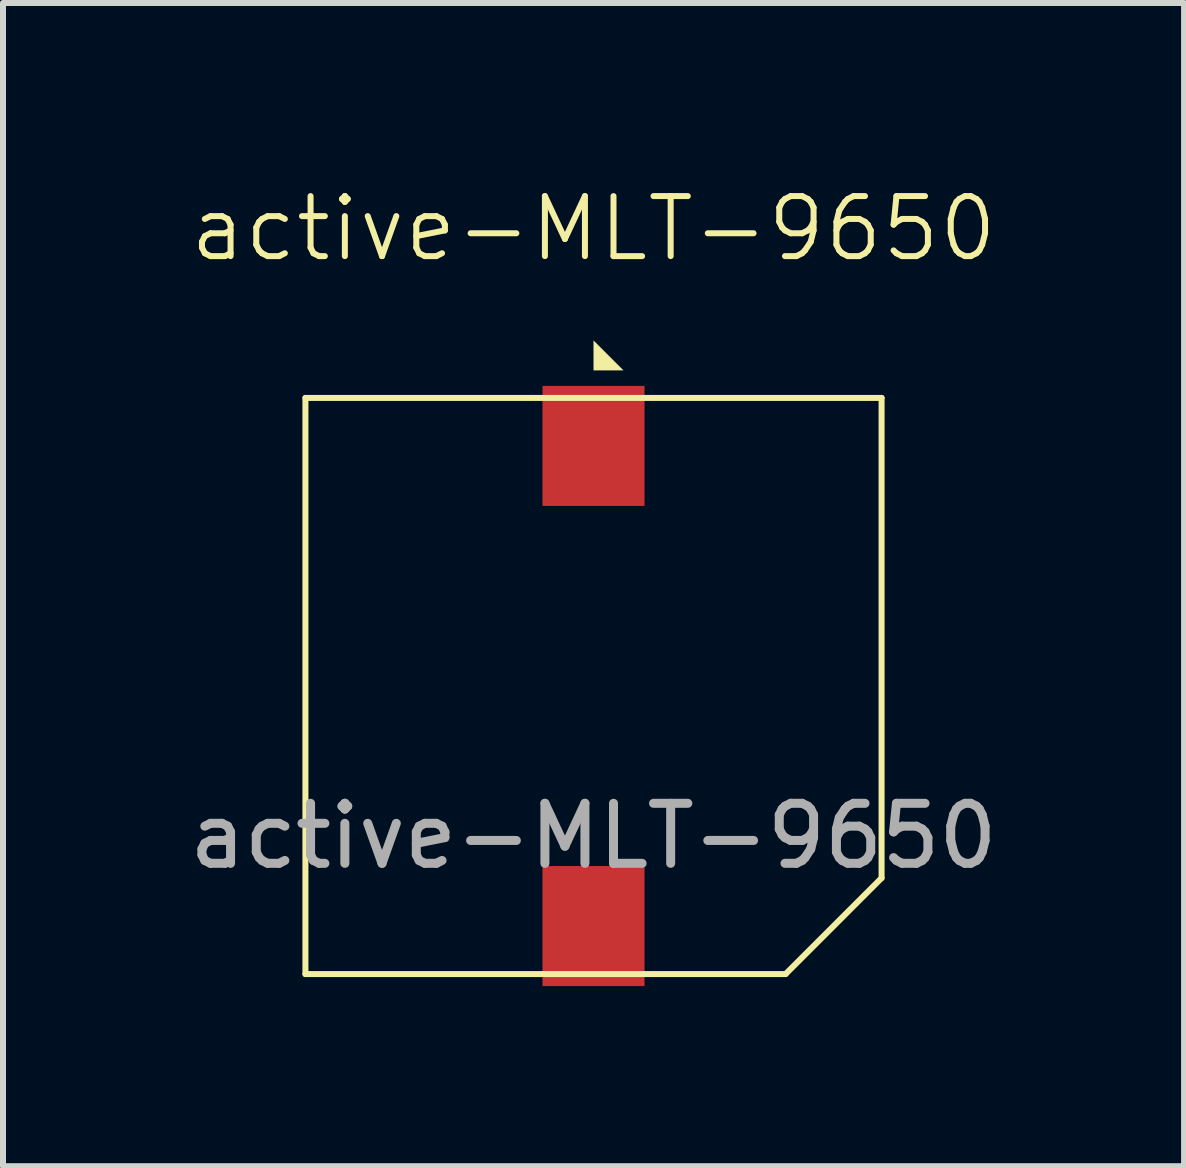
<source format=kicad_pcb>
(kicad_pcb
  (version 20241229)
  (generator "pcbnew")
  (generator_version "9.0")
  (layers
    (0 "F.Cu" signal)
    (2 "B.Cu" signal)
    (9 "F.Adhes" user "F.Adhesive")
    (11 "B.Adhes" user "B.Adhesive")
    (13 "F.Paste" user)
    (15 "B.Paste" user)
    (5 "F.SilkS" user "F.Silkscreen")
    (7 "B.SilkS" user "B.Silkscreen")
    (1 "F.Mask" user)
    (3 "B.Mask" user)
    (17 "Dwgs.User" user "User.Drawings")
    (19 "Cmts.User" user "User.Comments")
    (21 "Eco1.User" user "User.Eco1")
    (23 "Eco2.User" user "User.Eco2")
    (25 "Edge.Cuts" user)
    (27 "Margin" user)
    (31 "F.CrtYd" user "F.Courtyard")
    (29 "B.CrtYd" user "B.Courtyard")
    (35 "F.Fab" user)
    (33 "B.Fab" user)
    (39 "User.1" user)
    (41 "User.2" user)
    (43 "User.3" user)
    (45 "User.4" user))
  (footprint "active-MLT-9650"
    (layer "F.Cu")
    (at 6.839 8.38)
    (property "Reference" "active-MLT-9650" (at 0 -7.62 0) (unlocked yes) (layer "F.SilkS") (effects (font (size 1 1) (thickness 0.1))))
    (attr smd)
    (fp_line (start -4.8 -4.8) (end -4.8 4.8) (stroke (width 0.1) (type default)) (layer "F.SilkS"))
    (fp_line (start -4.8 4.8) (end 3.2 4.8) (stroke (width 0.1) (type default)) (layer "F.SilkS"))
    (fp_line (start 3.2 4.8) (end 4.8 3.2) (stroke (width 0.1) (type default)) (layer "F.SilkS"))
    (fp_line (start 4.8 -4.8) (end -4.8 -4.8) (stroke (width 0.1) (type default)) (layer "F.SilkS"))
    (fp_line (start 4.8 -4.8) (end 4.8 3.2) (stroke (width 0.1) (type default)) (layer "F.SilkS"))
    (fp_poly (pts (xy 0.5 -5.258) (xy 0 -5.758) (xy 0 -5.258)) (stroke (width 0) (type solid)) (fill yes) (layer "F.SilkS"))
    (fp_text user "${REFERENCE}" (at 0 2.5 0) (unlocked yes) (layer "F.Fab") (effects (font (size 1 1) (thickness 0.15))))
    (pad "1" smd rect (at 0 -4) (size 1.7 2) (layers "F.Cu" "F.Mask" "F.Paste"))
    (pad "2" smd rect (at 0 4) (size 1.7 2) (layers "F.Cu" "F.Mask" "F.Paste")))
  (gr_rect
    (start -3 -3)
    (end 16.679 16.381)
    (stroke (width 0.1) (type default))
    (fill no)
    (layer "Edge.Cuts")))
</source>
